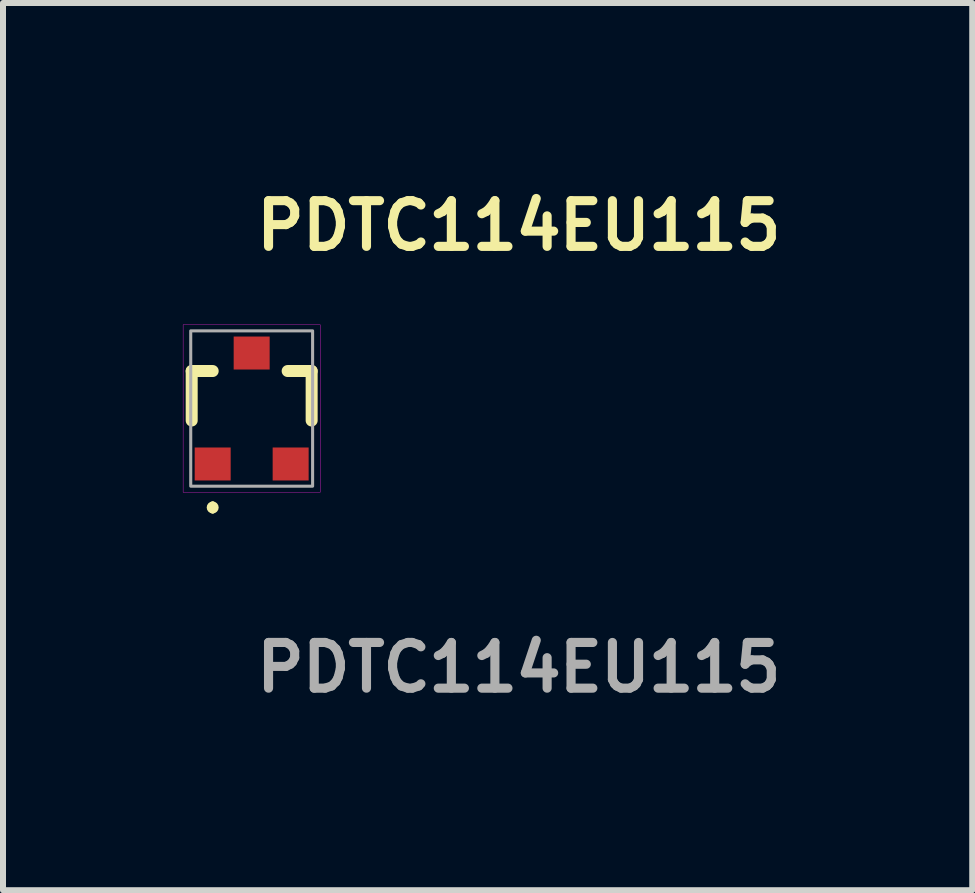
<source format=kicad_pcb>
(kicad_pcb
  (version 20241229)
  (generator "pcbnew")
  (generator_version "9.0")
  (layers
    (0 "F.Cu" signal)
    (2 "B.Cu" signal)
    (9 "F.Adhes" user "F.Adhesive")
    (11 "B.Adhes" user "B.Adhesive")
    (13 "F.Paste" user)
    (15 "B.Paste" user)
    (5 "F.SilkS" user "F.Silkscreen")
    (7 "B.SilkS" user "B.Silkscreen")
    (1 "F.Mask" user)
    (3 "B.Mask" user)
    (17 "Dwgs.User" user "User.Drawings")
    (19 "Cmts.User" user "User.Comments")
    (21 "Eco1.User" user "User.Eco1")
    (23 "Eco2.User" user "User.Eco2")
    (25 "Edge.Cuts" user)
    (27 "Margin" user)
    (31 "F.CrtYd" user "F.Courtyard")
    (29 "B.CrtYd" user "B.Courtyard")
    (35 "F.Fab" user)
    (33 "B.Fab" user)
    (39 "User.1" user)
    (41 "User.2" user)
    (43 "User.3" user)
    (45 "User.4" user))
  (footprint "PDTC114EU115"
    (layer "F.Cu")
    (at 1.146 3.761)
    (property "Reference" "PDTC114EU115" (at 0 -3.048 0) (layer "F.SilkS") (effects (font (size 0.762 0.762) (thickness 0.152) (bold yes)) (justify left)))
    (attr smd)
    (fp_line (start -1 -0.625) (end -1 0.2) (stroke (width 0.2) (type solid)) (layer "F.SilkS"))
    (fp_line (start -0.65 -0.625) (end -1 -0.625) (stroke (width 0.2) (type solid)) (layer "F.SilkS"))
    (fp_line (start -0.65 1.6) (end -0.65 1.6) (stroke (width 0.1) (type solid)) (layer "F.SilkS"))
    (fp_line (start -0.65 1.7) (end -0.65 1.7) (stroke (width 0.1) (type solid)) (layer "F.SilkS"))
    (fp_line (start 0.6 -0.625) (end 1 -0.625) (stroke (width 0.2) (type solid)) (layer "F.SilkS"))
    (fp_line (start 1 -0.625) (end 1 0.2) (stroke (width 0.2) (type solid)) (layer "F.SilkS"))
    (fp_arc (start -0.65 1.6) (mid -0.6 1.65) (end -0.65 1.7) (stroke (width 0.1) (type solid)) (layer "F.SilkS"))
    (fp_arc (start -0.65 1.7) (mid -0.7 1.65) (end -0.65 1.6) (stroke (width 0.1) (type solid)) (layer "F.SilkS"))
    (fp_rect (start -1.143 -1.397) (end 1.143 1.397) (stroke (width 0.006) (type default)) (fill no) (layer "F.CrtYd"))
    (fp_rect (start -1.016 -1.295) (end 1.016 1.295) (stroke (width 0.051) (type default)) (fill no) (layer "F.Fab"))
    (fp_text user "${REFERENCE}" (at 0 4.318 0) (layer "F.Fab") (effects (font (size 0.762 0.762) (thickness 0.152) (bold yes)) (justify left)))
    (pad "1" smd rect (at -0.65 0.925 90) (size 0.55 0.6) (layers "F.Cu" "F.Mask" "F.Paste"))
    (pad "2" smd rect (at 0.65 0.925 90) (size 0.55 0.6) (layers "F.Cu" "F.Mask" "F.Paste"))
    (pad "3" smd rect (at 0 -0.925 90) (size 0.55 0.6) (layers "F.Cu" "F.Mask" "F.Paste")))
  (gr_rect
    (start -3 -3)
    (end 13.16 11.792)
    (stroke (width 0.1) (type default))
    (fill no)
    (layer "Edge.Cuts")))
</source>
